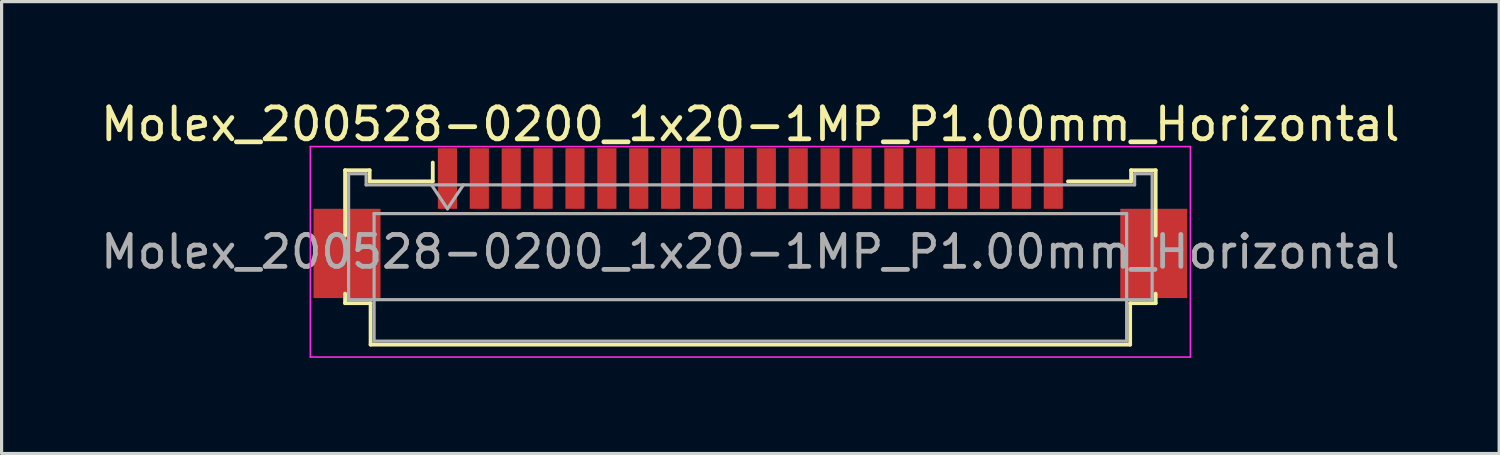
<source format=kicad_pcb>
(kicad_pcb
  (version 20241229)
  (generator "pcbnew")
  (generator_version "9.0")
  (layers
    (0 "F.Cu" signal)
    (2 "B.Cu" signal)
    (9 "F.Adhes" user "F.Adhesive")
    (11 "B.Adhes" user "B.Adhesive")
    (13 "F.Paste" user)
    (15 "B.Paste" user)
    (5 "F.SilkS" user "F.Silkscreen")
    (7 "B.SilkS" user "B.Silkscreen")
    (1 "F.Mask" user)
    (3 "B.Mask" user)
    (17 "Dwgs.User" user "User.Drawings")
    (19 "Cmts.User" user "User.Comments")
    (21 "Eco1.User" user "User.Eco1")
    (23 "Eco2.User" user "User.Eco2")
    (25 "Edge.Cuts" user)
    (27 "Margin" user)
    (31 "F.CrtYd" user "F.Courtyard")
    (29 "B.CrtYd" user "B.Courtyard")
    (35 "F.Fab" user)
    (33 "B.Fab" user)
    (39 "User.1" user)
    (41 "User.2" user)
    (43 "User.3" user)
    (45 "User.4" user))
  (footprint "Molex_200528-0200_1x20-1MP_P1.00mm_Horizontal"
    (layer "F.Cu")
    (at 20.482 3.458)
    (property "Reference" "Molex_200528-0200_1x20-1MP_P1.00mm_Horizontal" (at 0 -2.61 0) (layer "F.SilkS") (effects (font (size 1 1) (thickness 0.15))))
    (attr smd)
    (fp_line (start -12.71 -1.17) (end -12.71 0.88) (stroke (width 0.12) (type solid)) (layer "F.SilkS"))
    (fp_line (start -12.71 2.7) (end -12.71 3) (stroke (width 0.12) (type solid)) (layer "F.SilkS"))
    (fp_line (start -12.71 3) (end -11.91 3) (stroke (width 0.12) (type solid)) (layer "F.SilkS"))
    (fp_line (start -11.94 -1.17) (end -12.71 -1.17) (stroke (width 0.12) (type solid)) (layer "F.SilkS"))
    (fp_line (start -11.94 -0.82) (end -11.94 -1.17) (stroke (width 0.12) (type solid)) (layer "F.SilkS"))
    (fp_line (start -11.91 3) (end -11.91 4.3) (stroke (width 0.12) (type solid)) (layer "F.SilkS"))
    (fp_line (start -11.91 4.3) (end 11.91 4.3) (stroke (width 0.12) (type solid)) (layer "F.SilkS"))
    (fp_line (start -9.96 -1.41) (end -9.96 -0.82) (stroke (width 0.12) (type solid)) (layer "F.SilkS"))
    (fp_line (start -9.96 -0.82) (end -11.94 -0.82) (stroke (width 0.12) (type solid)) (layer "F.SilkS"))
    (fp_line (start 11.91 3) (end 12.71 3) (stroke (width 0.12) (type solid)) (layer "F.SilkS"))
    (fp_line (start 11.91 4.3) (end 11.91 3) (stroke (width 0.12) (type solid)) (layer "F.SilkS"))
    (fp_line (start 11.94 -1.17) (end 11.94 -0.82) (stroke (width 0.12) (type solid)) (layer "F.SilkS"))
    (fp_line (start 11.94 -0.82) (end 9.96 -0.82) (stroke (width 0.12) (type solid)) (layer "F.SilkS"))
    (fp_line (start 12.71 -1.17) (end 11.94 -1.17) (stroke (width 0.12) (type solid)) (layer "F.SilkS"))
    (fp_line (start 12.71 0.88) (end 12.71 -1.17) (stroke (width 0.12) (type solid)) (layer "F.SilkS"))
    (fp_line (start 12.71 3) (end 12.71 2.7) (stroke (width 0.12) (type solid)) (layer "F.SilkS"))
    (fp_line (start -13.8 -1.91) (end -13.8 4.69) (stroke (width 0.05) (type solid)) (layer "F.CrtYd"))
    (fp_line (start -13.8 4.69) (end 13.8 4.69) (stroke (width 0.05) (type solid)) (layer "F.CrtYd"))
    (fp_line (start 13.8 -1.91) (end -13.8 -1.91) (stroke (width 0.05) (type solid)) (layer "F.CrtYd"))
    (fp_line (start 13.8 4.69) (end 13.8 -1.91) (stroke (width 0.05) (type solid)) (layer "F.CrtYd"))
    (fp_line (start -12.6 -1.06) (end -12.6 2.89) (stroke (width 0.1) (type solid)) (layer "F.Fab"))
    (fp_line (start -12.6 2.89) (end 12.6 2.89) (stroke (width 0.1) (type solid)) (layer "F.Fab"))
    (fp_line (start -12.05 -1.06) (end -12.6 -1.06) (stroke (width 0.1) (type solid)) (layer "F.Fab"))
    (fp_line (start -12.05 -0.71) (end -12.05 -1.06) (stroke (width 0.1) (type solid)) (layer "F.Fab"))
    (fp_line (start -11.8 0.19) (end -11.8 4.19) (stroke (width 0.1) (type solid)) (layer "F.Fab"))
    (fp_line (start -11.8 4.19) (end 11.8 4.19) (stroke (width 0.1) (type solid)) (layer "F.Fab"))
    (fp_line (start -10 -0.71) (end -9.5 0.04) (stroke (width 0.1) (type solid)) (layer "F.Fab"))
    (fp_line (start -9.5 0.04) (end -9 -0.71) (stroke (width 0.1) (type solid)) (layer "F.Fab"))
    (fp_line (start 11.8 0.19) (end -11.8 0.19) (stroke (width 0.1) (type solid)) (layer "F.Fab"))
    (fp_line (start 11.8 4.19) (end 11.8 0.19) (stroke (width 0.1) (type solid)) (layer "F.Fab"))
    (fp_line (start 12.05 -1.06) (end 12.05 -0.71) (stroke (width 0.1) (type solid)) (layer "F.Fab"))
    (fp_line (start 12.05 -0.71) (end -12.05 -0.71) (stroke (width 0.1) (type solid)) (layer "F.Fab"))
    (fp_line (start 12.6 -1.06) (end 12.05 -1.06) (stroke (width 0.1) (type solid)) (layer "F.Fab"))
    (fp_line (start 12.6 2.89) (end 12.6 -1.06) (stroke (width 0.1) (type solid)) (layer "F.Fab"))
    (fp_text user "${REFERENCE}" (at 0 1.39 0) (layer "F.Fab") (effects (font (size 1 1) (thickness 0.15))))
    (pad "1" smd rect (at -9.5 -0.91) (size 0.6 1.9) (layers "F.Cu" "F.Mask" "F.Paste"))
    (pad "2" smd rect (at -8.5 -0.91) (size 0.6 1.9) (layers "F.Cu" "F.Mask" "F.Paste"))
    (pad "3" smd rect (at -7.5 -0.91) (size 0.6 1.9) (layers "F.Cu" "F.Mask" "F.Paste"))
    (pad "4" smd rect (at -6.5 -0.91) (size 0.6 1.9) (layers "F.Cu" "F.Mask" "F.Paste"))
    (pad "5" smd rect (at -5.5 -0.91) (size 0.6 1.9) (layers "F.Cu" "F.Mask" "F.Paste"))
    (pad "6" smd rect (at -4.5 -0.91) (size 0.6 1.9) (layers "F.Cu" "F.Mask" "F.Paste"))
    (pad "7" smd rect (at -3.5 -0.91) (size 0.6 1.9) (layers "F.Cu" "F.Mask" "F.Paste"))
    (pad "8" smd rect (at -2.5 -0.91) (size 0.6 1.9) (layers "F.Cu" "F.Mask" "F.Paste"))
    (pad "9" smd rect (at -1.5 -0.91) (size 0.6 1.9) (layers "F.Cu" "F.Mask" "F.Paste"))
    (pad "10" smd rect (at -0.5 -0.91) (size 0.6 1.9) (layers "F.Cu" "F.Mask" "F.Paste"))
    (pad "11" smd rect (at 0.5 -0.91) (size 0.6 1.9) (layers "F.Cu" "F.Mask" "F.Paste"))
    (pad "12" smd rect (at 1.5 -0.91) (size 0.6 1.9) (layers "F.Cu" "F.Mask" "F.Paste"))
    (pad "13" smd rect (at 2.5 -0.91) (size 0.6 1.9) (layers "F.Cu" "F.Mask" "F.Paste"))
    (pad "14" smd rect (at 3.5 -0.91) (size 0.6 1.9) (layers "F.Cu" "F.Mask" "F.Paste"))
    (pad "15" smd rect (at 4.5 -0.91) (size 0.6 1.9) (layers "F.Cu" "F.Mask" "F.Paste"))
    (pad "16" smd rect (at 5.5 -0.91) (size 0.6 1.9) (layers "F.Cu" "F.Mask" "F.Paste"))
    (pad "17" smd rect (at 6.5 -0.91) (size 0.6 1.9) (layers "F.Cu" "F.Mask" "F.Paste"))
    (pad "18" smd rect (at 7.5 -0.91) (size 0.6 1.9) (layers "F.Cu" "F.Mask" "F.Paste"))
    (pad "19" smd rect (at 8.5 -0.91) (size 0.6 1.9) (layers "F.Cu" "F.Mask" "F.Paste"))
    (pad "20" smd rect (at 9.5 -0.91) (size 0.6 1.9) (layers "F.Cu" "F.Mask" "F.Paste"))
    (pad "MP" smd rect (at -12.65 1.44) (size 2.1 2.8) (layers "F.Cu" "F.Mask" "F.Paste"))
    (pad "MP" smd rect (at 12.65 1.44) (size 2.1 2.8) (layers "F.Cu" "F.Mask" "F.Paste")))
  (gr_rect
    (start -3 -3)
    (end 43.964 11.173)
    (stroke (width 0.1) (type default))
    (fill no)
    (layer "Edge.Cuts")))
</source>
